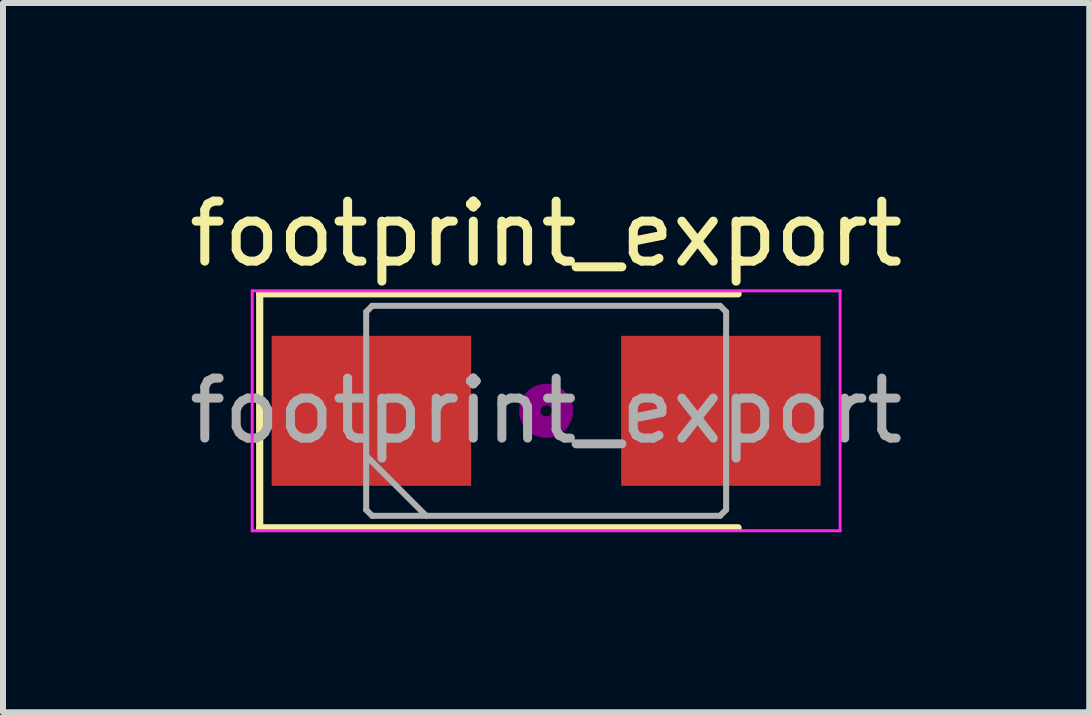
<source format=kicad_pcb>
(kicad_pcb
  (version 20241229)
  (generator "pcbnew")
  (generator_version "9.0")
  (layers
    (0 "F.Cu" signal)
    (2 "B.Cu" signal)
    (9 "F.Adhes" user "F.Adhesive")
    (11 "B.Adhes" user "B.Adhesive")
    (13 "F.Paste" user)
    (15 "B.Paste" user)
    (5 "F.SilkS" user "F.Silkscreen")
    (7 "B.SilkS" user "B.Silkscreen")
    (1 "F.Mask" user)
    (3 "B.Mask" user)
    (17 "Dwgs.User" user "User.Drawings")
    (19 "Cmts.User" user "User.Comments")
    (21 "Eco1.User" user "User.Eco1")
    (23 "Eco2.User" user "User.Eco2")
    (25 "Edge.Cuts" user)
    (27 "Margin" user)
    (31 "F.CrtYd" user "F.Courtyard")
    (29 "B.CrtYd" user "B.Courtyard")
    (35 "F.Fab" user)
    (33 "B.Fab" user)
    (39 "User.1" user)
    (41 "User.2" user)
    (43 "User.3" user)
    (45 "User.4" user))
  (footprint "footprint_export"
    (layer "F.Cu")
    (at 6.054 3.798)
    (property "Reference" "footprint_export" (at 0 -2.95 0) (layer "F.SilkS") (effects (font (size 1 1) (thickness 0.15))))
    (attr smd)
    (fp_line (start -4.775 -1.95) (end -4.775 1.95) (stroke (width 0.12) (type solid)) (layer "F.SilkS"))
    (fp_line (start -4.775 1.95) (end 3.2 1.95) (stroke (width 0.12) (type solid)) (layer "F.SilkS"))
    (fp_line (start 3.2 -1.95) (end -4.775 -1.95) (stroke (width 0.12) (type solid)) (layer "F.SilkS"))
    (fp_circle (center 0 0) (end 0.093 0) (stroke (width 0.187) (type solid)) (fill no) (layer "F.Adhes"))
    (fp_circle (center 0 0) (end 0.213 0) (stroke (width 0.133) (type solid)) (fill no) (layer "F.Adhes"))
    (fp_circle (center 0 0) (end 0.333 0) (stroke (width 0.133) (type solid)) (fill no) (layer "F.Adhes"))
    (fp_circle (center 0 0) (end 0.4 0) (stroke (width 0.1) (type solid)) (fill no) (layer "F.Adhes"))
    (fp_line (start -4.9 -2) (end -4.9 2) (stroke (width 0.05) (type solid)) (layer "F.CrtYd"))
    (fp_line (start -4.9 2) (end 4.9 2) (stroke (width 0.05) (type solid)) (layer "F.CrtYd"))
    (fp_line (start 4.9 -2) (end -4.9 -2) (stroke (width 0.05) (type solid)) (layer "F.CrtYd"))
    (fp_line (start 4.9 2) (end 4.9 -2) (stroke (width 0.05) (type solid)) (layer "F.CrtYd"))
    (fp_line (start -3 -1.65) (end -2.9 -1.75) (stroke (width 0.1) (type solid)) (layer "F.Fab"))
    (fp_line (start -3 0.75) (end -2 1.75) (stroke (width 0.1) (type solid)) (layer "F.Fab"))
    (fp_line (start -3 1.65) (end -3 -1.65) (stroke (width 0.1) (type solid)) (layer "F.Fab"))
    (fp_line (start -2.9 -1.75) (end 2.9 -1.75) (stroke (width 0.1) (type solid)) (layer "F.Fab"))
    (fp_line (start -2.9 1.75) (end -3 1.65) (stroke (width 0.1) (type solid)) (layer "F.Fab"))
    (fp_line (start 2.9 -1.75) (end 3 -1.65) (stroke (width 0.1) (type solid)) (layer "F.Fab"))
    (fp_line (start 2.9 1.75) (end -2.9 1.75) (stroke (width 0.1) (type solid)) (layer "F.Fab"))
    (fp_line (start 3 -1.65) (end 3 1.65) (stroke (width 0.1) (type solid)) (layer "F.Fab"))
    (fp_line (start 3 1.65) (end 2.9 1.75) (stroke (width 0.1) (type solid)) (layer "F.Fab"))
    (fp_text user "${REFERENCE}" (at 0 0 0) (layer "F.Fab") (effects (font (size 1 1) (thickness 0.15))))
    (pad "1" smd rect (at -2.913 0) (size 3.325 2.5) (layers "F.Cu" "F.Mask" "F.Paste"))
    (pad "2" smd rect (at 2.913 0) (size 3.325 2.5) (layers "F.Cu" "F.Mask" "F.Paste")))
  (gr_rect
    (start -3 -3)
    (end 15.107 8.823)
    (stroke (width 0.1) (type default))
    (fill no)
    (layer "Edge.Cuts")))
</source>
